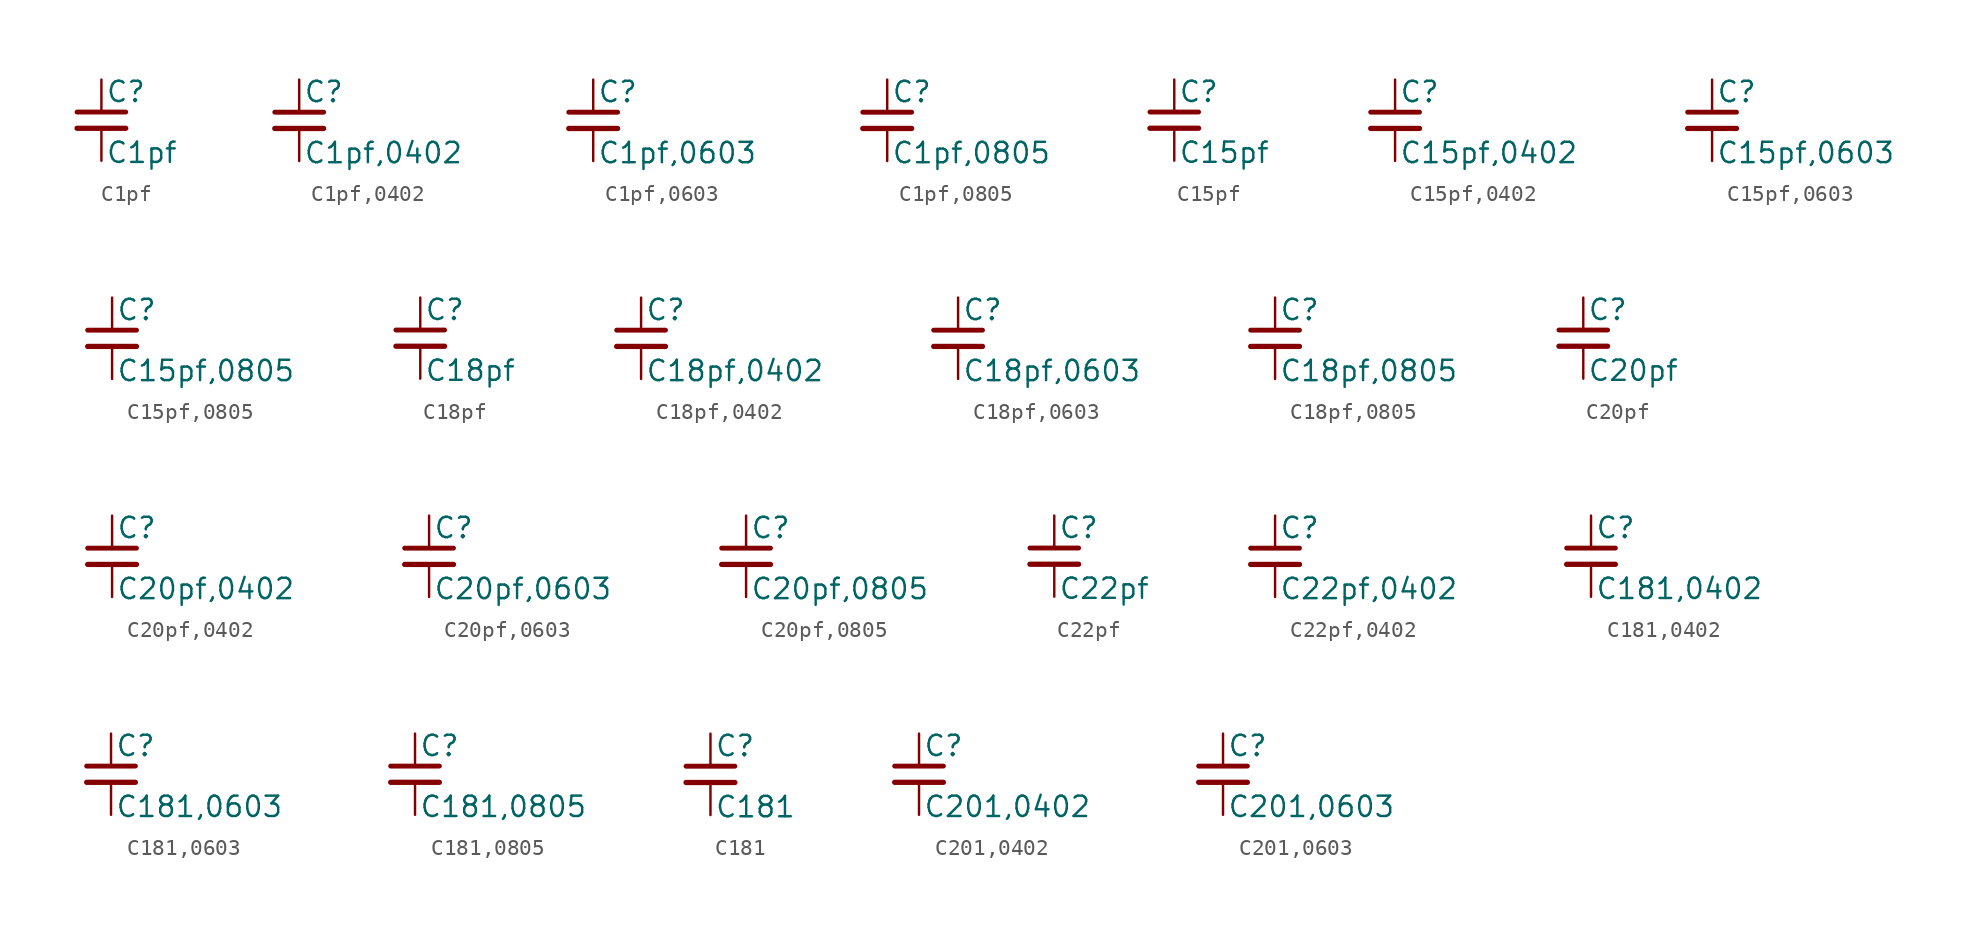
<source format=kicad_sym>
(kicad_symbol_lib
  (version 20211014)
  (generator kicad_symbol_editor)
  (symbol "C1pf"
    (pin_numbers hide)
    (pin_names
      (offset 0.254) hide)
    (property "Reference" "C"
      (at 0.254 1.778 0)
      (effects (font (size 1.27 1.27)) (justify left)))
    (property "Value" "C1pf"
      (at 0.254 -2.032 0)
      (effects (font (size 1.27 1.27)) (justify left)))
    (symbol "C1pf_0_1"
      (polyline (pts (xy -1.524 -0.508) (xy 1.524 -0.508)) (stroke (width 0.33) (type default) (color 0 0 0 0)) (fill (type none)))
      (polyline (pts (xy -1.524 0.508) (xy 1.524 0.508)) (stroke (width 0.305) (type default) (color 0 0 0 0)) (fill (type none))))
    (symbol "C1pf_1_1"
      (pin passive line (at 0 2.54 270) (length 2.032) (name "~" (effects (font (size 1.27 1.27)))) (number "1" (effects (font (size 1.27 1.27)))))
      (pin passive line (at 0 -2.54 90) (length 2.032) (name "~" (effects (font (size 1.27 1.27)))) (number "2" (effects (font (size 1.27 1.27)))))))
  (symbol "C1pf,0402"
    (pin_numbers hide)
    (pin_names
      (offset 0.254) hide)
    (property "Reference" "C"
      (at 0.254 1.778 0)
      (effects (font (size 1.27 1.27)) (justify left)))
    (property "Value" "C1pf,0402"
      (at 0.254 -2.032 0)
      (effects (font (size 1.27 1.27)) (justify left)))
    (symbol "C1pf,0402_0_1"
      (polyline (pts (xy -1.524 -0.508) (xy 1.524 -0.508)) (stroke (width 0.33) (type default) (color 0 0 0 0)) (fill (type none)))
      (polyline (pts (xy -1.524 0.508) (xy 1.524 0.508)) (stroke (width 0.305) (type default) (color 0 0 0 0)) (fill (type none))))
    (symbol "C1pf,0402_1_1"
      (pin passive line (at 0 2.54 270) (length 2.032) (name "~" (effects (font (size 1.27 1.27)))) (number "1" (effects (font (size 1.27 1.27)))))
      (pin passive line (at 0 -2.54 90) (length 2.032) (name "~" (effects (font (size 1.27 1.27)))) (number "2" (effects (font (size 1.27 1.27)))))))
  (symbol "C1pf,0603"
    (pin_numbers hide)
    (pin_names
      (offset 0.254) hide)
    (property "Reference" "C"
      (at 0.254 1.778 0)
      (effects (font (size 1.27 1.27)) (justify left)))
    (property "Value" "C1pf,0603"
      (at 0.254 -2.032 0)
      (effects (font (size 1.27 1.27)) (justify left)))
    (symbol "C1pf,0603_0_1"
      (polyline (pts (xy -1.524 -0.508) (xy 1.524 -0.508)) (stroke (width 0.33) (type default) (color 0 0 0 0)) (fill (type none)))
      (polyline (pts (xy -1.524 0.508) (xy 1.524 0.508)) (stroke (width 0.305) (type default) (color 0 0 0 0)) (fill (type none))))
    (symbol "C1pf,0603_1_1"
      (pin passive line (at 0 2.54 270) (length 2.032) (name "~" (effects (font (size 1.27 1.27)))) (number "1" (effects (font (size 1.27 1.27)))))
      (pin passive line (at 0 -2.54 90) (length 2.032) (name "~" (effects (font (size 1.27 1.27)))) (number "2" (effects (font (size 1.27 1.27)))))))
  (symbol "C1pf,0805"
    (pin_numbers hide)
    (pin_names
      (offset 0.254) hide)
    (property "Reference" "C"
      (at 0.254 1.778 0)
      (effects (font (size 1.27 1.27)) (justify left)))
    (property "Value" "C1pf,0805"
      (at 0.254 -2.032 0)
      (effects (font (size 1.27 1.27)) (justify left)))
    (symbol "C1pf,0805_0_1"
      (polyline (pts (xy -1.524 -0.508) (xy 1.524 -0.508)) (stroke (width 0.33) (type default) (color 0 0 0 0)) (fill (type none)))
      (polyline (pts (xy -1.524 0.508) (xy 1.524 0.508)) (stroke (width 0.305) (type default) (color 0 0 0 0)) (fill (type none))))
    (symbol "C1pf,0805_1_1"
      (pin passive line (at 0 2.54 270) (length 2.032) (name "~" (effects (font (size 1.27 1.27)))) (number "1" (effects (font (size 1.27 1.27)))))
      (pin passive line (at 0 -2.54 90) (length 2.032) (name "~" (effects (font (size 1.27 1.27)))) (number "2" (effects (font (size 1.27 1.27)))))))
  (symbol "C15pf"
    (pin_numbers hide)
    (pin_names
      (offset 0.254) hide)
    (property "Reference" "C"
      (at 0.254 1.778 0)
      (effects (font (size 1.27 1.27)) (justify left)))
    (property "Value" "C15pf"
      (at 0.254 -2.032 0)
      (effects (font (size 1.27 1.27)) (justify left)))
    (symbol "C15pf_0_1"
      (polyline (pts (xy -1.524 -0.508) (xy 1.524 -0.508)) (stroke (width 0.33) (type default) (color 0 0 0 0)) (fill (type none)))
      (polyline (pts (xy -1.524 0.508) (xy 1.524 0.508)) (stroke (width 0.305) (type default) (color 0 0 0 0)) (fill (type none))))
    (symbol "C15pf_1_1"
      (pin passive line (at 0 2.54 270) (length 2.032) (name "~" (effects (font (size 1.27 1.27)))) (number "1" (effects (font (size 1.27 1.27)))))
      (pin passive line (at 0 -2.54 90) (length 2.032) (name "~" (effects (font (size 1.27 1.27)))) (number "2" (effects (font (size 1.27 1.27)))))))
  (symbol "C15pf,0402"
    (pin_numbers hide)
    (pin_names
      (offset 0.254) hide)
    (property "Reference" "C"
      (at 0.254 1.778 0)
      (effects (font (size 1.27 1.27)) (justify left)))
    (property "Value" "C15pf,0402"
      (at 0.254 -2.032 0)
      (effects (font (size 1.27 1.27)) (justify left)))
    (symbol "C15pf,0402_0_1"
      (polyline (pts (xy -1.524 -0.508) (xy 1.524 -0.508)) (stroke (width 0.33) (type default) (color 0 0 0 0)) (fill (type none)))
      (polyline (pts (xy -1.524 0.508) (xy 1.524 0.508)) (stroke (width 0.305) (type default) (color 0 0 0 0)) (fill (type none))))
    (symbol "C15pf,0402_1_1"
      (pin passive line (at 0 2.54 270) (length 2.032) (name "~" (effects (font (size 1.27 1.27)))) (number "1" (effects (font (size 1.27 1.27)))))
      (pin passive line (at 0 -2.54 90) (length 2.032) (name "~" (effects (font (size 1.27 1.27)))) (number "2" (effects (font (size 1.27 1.27)))))))
  (symbol "C15pf,0603"
    (pin_numbers hide)
    (pin_names
      (offset 0.254) hide)
    (property "Reference" "C"
      (at 0.254 1.778 0)
      (effects (font (size 1.27 1.27)) (justify left)))
    (property "Value" "C15pf,0603"
      (at 0.254 -2.032 0)
      (effects (font (size 1.27 1.27)) (justify left)))
    (symbol "C15pf,0603_0_1"
      (polyline (pts (xy -1.524 -0.508) (xy 1.524 -0.508)) (stroke (width 0.33) (type default) (color 0 0 0 0)) (fill (type none)))
      (polyline (pts (xy -1.524 0.508) (xy 1.524 0.508)) (stroke (width 0.305) (type default) (color 0 0 0 0)) (fill (type none))))
    (symbol "C15pf,0603_1_1"
      (pin passive line (at 0 2.54 270) (length 2.032) (name "~" (effects (font (size 1.27 1.27)))) (number "1" (effects (font (size 1.27 1.27)))))
      (pin passive line (at 0 -2.54 90) (length 2.032) (name "~" (effects (font (size 1.27 1.27)))) (number "2" (effects (font (size 1.27 1.27)))))))
  (symbol "C15pf,0805"
    (pin_numbers hide)
    (pin_names
      (offset 0.254) hide)
    (property "Reference" "C"
      (at 0.254 1.778 0)
      (effects (font (size 1.27 1.27)) (justify left)))
    (property "Value" "C15pf,0805"
      (at 0.254 -2.032 0)
      (effects (font (size 1.27 1.27)) (justify left)))
    (symbol "C15pf,0805_0_1"
      (polyline (pts (xy -1.524 -0.508) (xy 1.524 -0.508)) (stroke (width 0.33) (type default) (color 0 0 0 0)) (fill (type none)))
      (polyline (pts (xy -1.524 0.508) (xy 1.524 0.508)) (stroke (width 0.305) (type default) (color 0 0 0 0)) (fill (type none))))
    (symbol "C15pf,0805_1_1"
      (pin passive line (at 0 2.54 270) (length 2.032) (name "~" (effects (font (size 1.27 1.27)))) (number "1" (effects (font (size 1.27 1.27)))))
      (pin passive line (at 0 -2.54 90) (length 2.032) (name "~" (effects (font (size 1.27 1.27)))) (number "2" (effects (font (size 1.27 1.27)))))))
  (symbol "C18pf"
    (pin_numbers hide)
    (pin_names
      (offset 0.254) hide)
    (property "Reference" "C"
      (at 0.254 1.778 0)
      (effects (font (size 1.27 1.27)) (justify left)))
    (property "Value" "C18pf"
      (at 0.254 -2.032 0)
      (effects (font (size 1.27 1.27)) (justify left)))
    (symbol "C18pf_0_1"
      (polyline (pts (xy -1.524 -0.508) (xy 1.524 -0.508)) (stroke (width 0.33) (type default) (color 0 0 0 0)) (fill (type none)))
      (polyline (pts (xy -1.524 0.508) (xy 1.524 0.508)) (stroke (width 0.305) (type default) (color 0 0 0 0)) (fill (type none))))
    (symbol "C18pf_1_1"
      (pin passive line (at 0 2.54 270) (length 2.032) (name "~" (effects (font (size 1.27 1.27)))) (number "1" (effects (font (size 1.27 1.27)))))
      (pin passive line (at 0 -2.54 90) (length 2.032) (name "~" (effects (font (size 1.27 1.27)))) (number "2" (effects (font (size 1.27 1.27)))))))
  (symbol "C18pf,0402"
    (pin_numbers hide)
    (pin_names
      (offset 0.254) hide)
    (property "Reference" "C"
      (at 0.254 1.778 0)
      (effects (font (size 1.27 1.27)) (justify left)))
    (property "Value" "C18pf,0402"
      (at 0.254 -2.032 0)
      (effects (font (size 1.27 1.27)) (justify left)))
    (symbol "C18pf,0402_0_1"
      (polyline (pts (xy -1.524 -0.508) (xy 1.524 -0.508)) (stroke (width 0.33) (type default) (color 0 0 0 0)) (fill (type none)))
      (polyline (pts (xy -1.524 0.508) (xy 1.524 0.508)) (stroke (width 0.305) (type default) (color 0 0 0 0)) (fill (type none))))
    (symbol "C18pf,0402_1_1"
      (pin passive line (at 0 2.54 270) (length 2.032) (name "~" (effects (font (size 1.27 1.27)))) (number "1" (effects (font (size 1.27 1.27)))))
      (pin passive line (at 0 -2.54 90) (length 2.032) (name "~" (effects (font (size 1.27 1.27)))) (number "2" (effects (font (size 1.27 1.27)))))))
  (symbol "C18pf,0603"
    (pin_numbers hide)
    (pin_names
      (offset 0.254) hide)
    (property "Reference" "C"
      (at 0.254 1.778 0)
      (effects (font (size 1.27 1.27)) (justify left)))
    (property "Value" "C18pf,0603"
      (at 0.254 -2.032 0)
      (effects (font (size 1.27 1.27)) (justify left)))
    (symbol "C18pf,0603_0_1"
      (polyline (pts (xy -1.524 -0.508) (xy 1.524 -0.508)) (stroke (width 0.33) (type default) (color 0 0 0 0)) (fill (type none)))
      (polyline (pts (xy -1.524 0.508) (xy 1.524 0.508)) (stroke (width 0.305) (type default) (color 0 0 0 0)) (fill (type none))))
    (symbol "C18pf,0603_1_1"
      (pin passive line (at 0 2.54 270) (length 2.032) (name "~" (effects (font (size 1.27 1.27)))) (number "1" (effects (font (size 1.27 1.27)))))
      (pin passive line (at 0 -2.54 90) (length 2.032) (name "~" (effects (font (size 1.27 1.27)))) (number "2" (effects (font (size 1.27 1.27)))))))
  (symbol "C18pf,0805"
    (pin_numbers hide)
    (pin_names
      (offset 0.254) hide)
    (property "Reference" "C"
      (at 0.254 1.778 0)
      (effects (font (size 1.27 1.27)) (justify left)))
    (property "Value" "C18pf,0805"
      (at 0.254 -2.032 0)
      (effects (font (size 1.27 1.27)) (justify left)))
    (symbol "C18pf,0805_0_1"
      (polyline (pts (xy -1.524 -0.508) (xy 1.524 -0.508)) (stroke (width 0.33) (type default) (color 0 0 0 0)) (fill (type none)))
      (polyline (pts (xy -1.524 0.508) (xy 1.524 0.508)) (stroke (width 0.305) (type default) (color 0 0 0 0)) (fill (type none))))
    (symbol "C18pf,0805_1_1"
      (pin passive line (at 0 2.54 270) (length 2.032) (name "~" (effects (font (size 1.27 1.27)))) (number "1" (effects (font (size 1.27 1.27)))))
      (pin passive line (at 0 -2.54 90) (length 2.032) (name "~" (effects (font (size 1.27 1.27)))) (number "2" (effects (font (size 1.27 1.27)))))))
  (symbol "C20pf"
    (pin_numbers hide)
    (pin_names
      (offset 0.254) hide)
    (property "Reference" "C"
      (at 0.254 1.778 0)
      (effects (font (size 1.27 1.27)) (justify left)))
    (property "Value" "C20pf"
      (at 0.254 -2.032 0)
      (effects (font (size 1.27 1.27)) (justify left)))
    (symbol "C20pf_0_1"
      (polyline (pts (xy -1.524 -0.508) (xy 1.524 -0.508)) (stroke (width 0.33) (type default) (color 0 0 0 0)) (fill (type none)))
      (polyline (pts (xy -1.524 0.508) (xy 1.524 0.508)) (stroke (width 0.305) (type default) (color 0 0 0 0)) (fill (type none))))
    (symbol "C20pf_1_1"
      (pin passive line (at 0 2.54 270) (length 2.032) (name "~" (effects (font (size 1.27 1.27)))) (number "1" (effects (font (size 1.27 1.27)))))
      (pin passive line (at 0 -2.54 90) (length 2.032) (name "~" (effects (font (size 1.27 1.27)))) (number "2" (effects (font (size 1.27 1.27)))))))
  (symbol "C20pf,0402"
    (pin_numbers hide)
    (pin_names
      (offset 0.254) hide)
    (property "Reference" "C"
      (at 0.254 1.778 0)
      (effects (font (size 1.27 1.27)) (justify left)))
    (property "Value" "C20pf,0402"
      (at 0.254 -2.032 0)
      (effects (font (size 1.27 1.27)) (justify left)))
    (symbol "C20pf,0402_0_1"
      (polyline (pts (xy -1.524 -0.508) (xy 1.524 -0.508)) (stroke (width 0.33) (type default) (color 0 0 0 0)) (fill (type none)))
      (polyline (pts (xy -1.524 0.508) (xy 1.524 0.508)) (stroke (width 0.305) (type default) (color 0 0 0 0)) (fill (type none))))
    (symbol "C20pf,0402_1_1"
      (pin passive line (at 0 2.54 270) (length 2.032) (name "~" (effects (font (size 1.27 1.27)))) (number "1" (effects (font (size 1.27 1.27)))))
      (pin passive line (at 0 -2.54 90) (length 2.032) (name "~" (effects (font (size 1.27 1.27)))) (number "2" (effects (font (size 1.27 1.27)))))))
  (symbol "C20pf,0603"
    (pin_numbers hide)
    (pin_names
      (offset 0.254) hide)
    (property "Reference" "C"
      (at 0.254 1.778 0)
      (effects (font (size 1.27 1.27)) (justify left)))
    (property "Value" "C20pf,0603"
      (at 0.254 -2.032 0)
      (effects (font (size 1.27 1.27)) (justify left)))
    (symbol "C20pf,0603_0_1"
      (polyline (pts (xy -1.524 -0.508) (xy 1.524 -0.508)) (stroke (width 0.33) (type default) (color 0 0 0 0)) (fill (type none)))
      (polyline (pts (xy -1.524 0.508) (xy 1.524 0.508)) (stroke (width 0.305) (type default) (color 0 0 0 0)) (fill (type none))))
    (symbol "C20pf,0603_1_1"
      (pin passive line (at 0 2.54 270) (length 2.032) (name "~" (effects (font (size 1.27 1.27)))) (number "1" (effects (font (size 1.27 1.27)))))
      (pin passive line (at 0 -2.54 90) (length 2.032) (name "~" (effects (font (size 1.27 1.27)))) (number "2" (effects (font (size 1.27 1.27)))))))
  (symbol "C20pf,0805"
    (pin_numbers hide)
    (pin_names
      (offset 0.254) hide)
    (property "Reference" "C"
      (at 0.254 1.778 0)
      (effects (font (size 1.27 1.27)) (justify left)))
    (property "Value" "C20pf,0805"
      (at 0.254 -2.032 0)
      (effects (font (size 1.27 1.27)) (justify left)))
    (symbol "C20pf,0805_0_1"
      (polyline (pts (xy -1.524 -0.508) (xy 1.524 -0.508)) (stroke (width 0.33) (type default) (color 0 0 0 0)) (fill (type none)))
      (polyline (pts (xy -1.524 0.508) (xy 1.524 0.508)) (stroke (width 0.305) (type default) (color 0 0 0 0)) (fill (type none))))
    (symbol "C20pf,0805_1_1"
      (pin passive line (at 0 2.54 270) (length 2.032) (name "~" (effects (font (size 1.27 1.27)))) (number "1" (effects (font (size 1.27 1.27)))))
      (pin passive line (at 0 -2.54 90) (length 2.032) (name "~" (effects (font (size 1.27 1.27)))) (number "2" (effects (font (size 1.27 1.27)))))))
  (symbol "C22pf"
    (pin_numbers hide)
    (pin_names
      (offset 0.254) hide)
    (property "Reference" "C"
      (at 0.254 1.778 0)
      (effects (font (size 1.27 1.27)) (justify left)))
    (property "Value" "C22pf"
      (at 0.254 -2.032 0)
      (effects (font (size 1.27 1.27)) (justify left)))
    (symbol "C22pf_0_1"
      (polyline (pts (xy -1.524 -0.508) (xy 1.524 -0.508)) (stroke (width 0.33) (type default) (color 0 0 0 0)) (fill (type none)))
      (polyline (pts (xy -1.524 0.508) (xy 1.524 0.508)) (stroke (width 0.305) (type default) (color 0 0 0 0)) (fill (type none))))
    (symbol "C22pf_1_1"
      (pin passive line (at 0 2.54 270) (length 2.032) (name "~" (effects (font (size 1.27 1.27)))) (number "1" (effects (font (size 1.27 1.27)))))
      (pin passive line (at 0 -2.54 90) (length 2.032) (name "~" (effects (font (size 1.27 1.27)))) (number "2" (effects (font (size 1.27 1.27)))))))
  (symbol "C22pf,0402"
    (pin_numbers hide)
    (pin_names
      (offset 0.254) hide)
    (property "Reference" "C"
      (at 0.254 1.778 0)
      (effects (font (size 1.27 1.27)) (justify left)))
    (property "Value" "C22pf,0402"
      (at 0.254 -2.032 0)
      (effects (font (size 1.27 1.27)) (justify left)))
    (symbol "C22pf,0402_0_1"
      (polyline (pts (xy -1.524 -0.508) (xy 1.524 -0.508)) (stroke (width 0.33) (type default) (color 0 0 0 0)) (fill (type none)))
      (polyline (pts (xy -1.524 0.508) (xy 1.524 0.508)) (stroke (width 0.305) (type default) (color 0 0 0 0)) (fill (type none))))
    (symbol "C22pf,0402_1_1"
      (pin passive line (at 0 2.54 270) (length 2.032) (name "~" (effects (font (size 1.27 1.27)))) (number "1" (effects (font (size 1.27 1.27)))))
      (pin passive line (at 0 -2.54 90) (length 2.032) (name "~" (effects (font (size 1.27 1.27)))) (number "2" (effects (font (size 1.27 1.27)))))))
  (symbol "C181,0402"
    (pin_numbers hide)
    (pin_names
      (offset 0.254) hide)
    (property "Reference" "C"
      (at 0.254 1.778 0)
      (effects (font (size 1.27 1.27)) (justify left)))
    (property "Value" "C181,0402"
      (at 0.254 -2.032 0)
      (effects (font (size 1.27 1.27)) (justify left)))
    (symbol "C181,0402_0_1"
      (polyline (pts (xy -1.524 -0.508) (xy 1.524 -0.508)) (stroke (width 0.33) (type default) (color 0 0 0 0)) (fill (type none)))
      (polyline (pts (xy -1.524 0.508) (xy 1.524 0.508)) (stroke (width 0.305) (type default) (color 0 0 0 0)) (fill (type none))))
    (symbol "C181,0402_1_1"
      (pin passive line (at 0 2.54 270) (length 2.032) (name "~" (effects (font (size 1.27 1.27)))) (number "1" (effects (font (size 1.27 1.27)))))
      (pin passive line (at 0 -2.54 90) (length 2.032) (name "~" (effects (font (size 1.27 1.27)))) (number "2" (effects (font (size 1.27 1.27)))))))
  (symbol "C181,0603"
    (pin_numbers hide)
    (pin_names
      (offset 0.254) hide)
    (property "Reference" "C"
      (at 0.254 1.778 0)
      (effects (font (size 1.27 1.27)) (justify left)))
    (property "Value" "C181,0603"
      (at 0.254 -2.032 0)
      (effects (font (size 1.27 1.27)) (justify left)))
    (symbol "C181,0603_0_1"
      (polyline (pts (xy -1.524 -0.508) (xy 1.524 -0.508)) (stroke (width 0.33) (type default) (color 0 0 0 0)) (fill (type none)))
      (polyline (pts (xy -1.524 0.508) (xy 1.524 0.508)) (stroke (width 0.305) (type default) (color 0 0 0 0)) (fill (type none))))
    (symbol "C181,0603_1_1"
      (pin passive line (at 0 2.54 270) (length 2.032) (name "~" (effects (font (size 1.27 1.27)))) (number "1" (effects (font (size 1.27 1.27)))))
      (pin passive line (at 0 -2.54 90) (length 2.032) (name "~" (effects (font (size 1.27 1.27)))) (number "2" (effects (font (size 1.27 1.27)))))))
  (symbol "C181,0805"
    (pin_numbers hide)
    (pin_names
      (offset 0.254) hide)
    (property "Reference" "C"
      (at 0.254 1.778 0)
      (effects (font (size 1.27 1.27)) (justify left)))
    (property "Value" "C181,0805"
      (at 0.254 -2.032 0)
      (effects (font (size 1.27 1.27)) (justify left)))
    (symbol "C181,0805_0_1"
      (polyline (pts (xy -1.524 -0.508) (xy 1.524 -0.508)) (stroke (width 0.33) (type default) (color 0 0 0 0)) (fill (type none)))
      (polyline (pts (xy -1.524 0.508) (xy 1.524 0.508)) (stroke (width 0.305) (type default) (color 0 0 0 0)) (fill (type none))))
    (symbol "C181,0805_1_1"
      (pin passive line (at 0 2.54 270) (length 2.032) (name "~" (effects (font (size 1.27 1.27)))) (number "1" (effects (font (size 1.27 1.27)))))
      (pin passive line (at 0 -2.54 90) (length 2.032) (name "~" (effects (font (size 1.27 1.27)))) (number "2" (effects (font (size 1.27 1.27)))))))
  (symbol "C181"
    (pin_numbers hide)
    (pin_names
      (offset 0.254) hide)
    (property "Reference" "C"
      (at 0.254 1.778 0)
      (effects (font (size 1.27 1.27)) (justify left)))
    (property "Value" "C181"
      (at 0.254 -2.032 0)
      (effects (font (size 1.27 1.27)) (justify left)))
    (symbol "C181_0_1"
      (polyline (pts (xy -1.524 -0.508) (xy 1.524 -0.508)) (stroke (width 0.33) (type default) (color 0 0 0 0)) (fill (type none)))
      (polyline (pts (xy -1.524 0.508) (xy 1.524 0.508)) (stroke (width 0.305) (type default) (color 0 0 0 0)) (fill (type none))))
    (symbol "C181_1_1"
      (pin passive line (at 0 2.54 270) (length 2.032) (name "~" (effects (font (size 1.27 1.27)))) (number "1" (effects (font (size 1.27 1.27)))))
      (pin passive line (at 0 -2.54 90) (length 2.032) (name "~" (effects (font (size 1.27 1.27)))) (number "2" (effects (font (size 1.27 1.27)))))))
  (symbol "C201,0402"
    (pin_numbers hide)
    (pin_names
      (offset 0.254) hide)
    (property "Reference" "C"
      (at 0.254 1.778 0)
      (effects (font (size 1.27 1.27)) (justify left)))
    (property "Value" "C201,0402"
      (at 0.254 -2.032 0)
      (effects (font (size 1.27 1.27)) (justify left)))
    (symbol "C201,0402_0_1"
      (polyline (pts (xy -1.524 -0.508) (xy 1.524 -0.508)) (stroke (width 0.33) (type default) (color 0 0 0 0)) (fill (type none)))
      (polyline (pts (xy -1.524 0.508) (xy 1.524 0.508)) (stroke (width 0.305) (type default) (color 0 0 0 0)) (fill (type none))))
    (symbol "C201,0402_1_1"
      (pin passive line (at 0 2.54 270) (length 2.032) (name "~" (effects (font (size 1.27 1.27)))) (number "1" (effects (font (size 1.27 1.27)))))
      (pin passive line (at 0 -2.54 90) (length 2.032) (name "~" (effects (font (size 1.27 1.27)))) (number "2" (effects (font (size 1.27 1.27)))))))
  (symbol "C201,0603"
    (pin_numbers hide)
    (pin_names
      (offset 0.254) hide)
    (property "Reference" "C"
      (at 0.254 1.778 0)
      (effects (font (size 1.27 1.27)) (justify left)))
    (property "Value" "C201,0603"
      (at 0.254 -2.032 0)
      (effects (font (size 1.27 1.27)) (justify left)))
    (symbol "C201,0603_0_1"
      (polyline (pts (xy -1.524 -0.508) (xy 1.524 -0.508)) (stroke (width 0.33) (type default) (color 0 0 0 0)) (fill (type none)))
      (polyline (pts (xy -1.524 0.508) (xy 1.524 0.508)) (stroke (width 0.305) (type default) (color 0 0 0 0)) (fill (type none))))
    (symbol "C201,0603_1_1"
      (pin passive line (at 0 2.54 270) (length 2.032) (name "~" (effects (font (size 1.27 1.27)))) (number "1" (effects (font (size 1.27 1.27)))))
      (pin passive line (at 0 -2.54 90) (length 2.032) (name "~" (effects (font (size 1.27 1.27)))) (number "2" (effects (font (size 1.27 1.27))))))))
</source>
